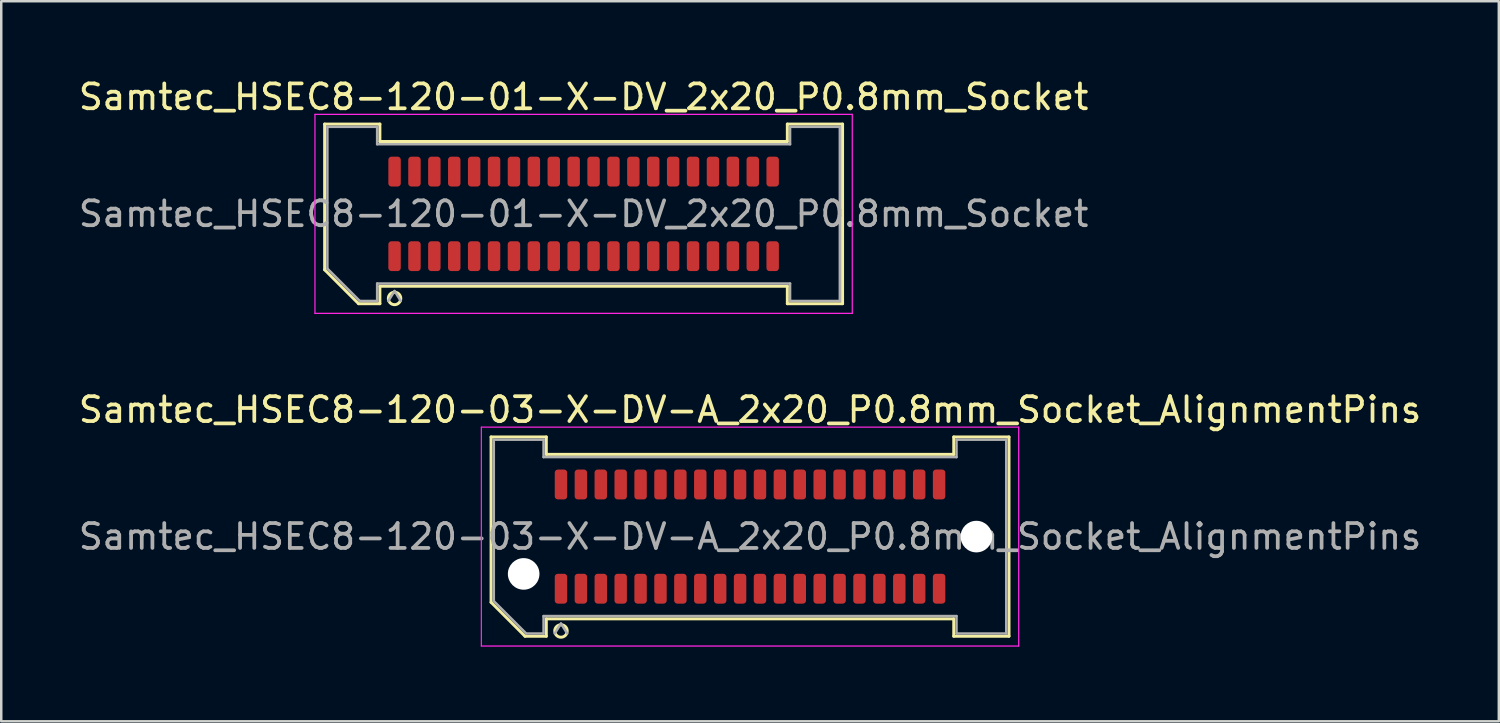
<source format=kicad_pcb>
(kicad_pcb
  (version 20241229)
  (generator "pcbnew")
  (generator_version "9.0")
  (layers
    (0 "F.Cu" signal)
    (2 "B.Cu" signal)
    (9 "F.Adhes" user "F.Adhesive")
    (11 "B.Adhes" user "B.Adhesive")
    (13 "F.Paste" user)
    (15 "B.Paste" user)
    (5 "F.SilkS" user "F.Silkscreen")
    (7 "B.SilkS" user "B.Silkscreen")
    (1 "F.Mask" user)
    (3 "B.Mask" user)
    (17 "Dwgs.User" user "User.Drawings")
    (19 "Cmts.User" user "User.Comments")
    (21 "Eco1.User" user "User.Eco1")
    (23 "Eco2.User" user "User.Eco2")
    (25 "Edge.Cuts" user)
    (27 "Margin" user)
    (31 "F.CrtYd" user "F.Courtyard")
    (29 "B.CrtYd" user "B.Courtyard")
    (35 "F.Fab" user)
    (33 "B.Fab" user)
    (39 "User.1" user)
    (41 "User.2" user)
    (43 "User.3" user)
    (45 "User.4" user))
  (footprint "Samtec_HSEC8-120-01-X-DV_2x20_P0.8mm_Socket"
    (layer "F.Cu")
    (at 20.411 5.548)
    (property "Reference" "Samtec_HSEC8-120-01-X-DV_2x20_P0.8mm_Socket" (at 0 -4.7 0) (layer "F.SilkS") (effects (font (size 1 1) (thickness 0.15))))
    (attr smd)
    (fp_line (start -10.41 -3.61) (end -8.19 -3.61) (stroke (width 0.12) (type solid)) (layer "F.SilkS"))
    (fp_line (start -10.41 2.246) (end -10.41 -3.61) (stroke (width 0.12) (type solid)) (layer "F.SilkS"))
    (fp_line (start -9.046 3.61) (end -10.41 2.246) (stroke (width 0.12) (type solid)) (layer "F.SilkS"))
    (fp_line (start -8.19 -3.61) (end -8.19 -2.91) (stroke (width 0.12) (type solid)) (layer "F.SilkS"))
    (fp_line (start -8.19 -2.91) (end 8.19 -2.91) (stroke (width 0.12) (type solid)) (layer "F.SilkS"))
    (fp_line (start -8.19 2.91) (end -8.19 3.61) (stroke (width 0.12) (type solid)) (layer "F.SilkS"))
    (fp_line (start -8.19 3.61) (end -9.046 3.61) (stroke (width 0.12) (type solid)) (layer "F.SilkS"))
    (fp_line (start 8.19 -3.61) (end 10.41 -3.61) (stroke (width 0.12) (type solid)) (layer "F.SilkS"))
    (fp_line (start 8.19 -2.91) (end 8.19 -3.61) (stroke (width 0.12) (type solid)) (layer "F.SilkS"))
    (fp_line (start 8.19 2.91) (end -8.19 2.91) (stroke (width 0.12) (type solid)) (layer "F.SilkS"))
    (fp_line (start 8.19 3.61) (end 8.19 2.91) (stroke (width 0.12) (type solid)) (layer "F.SilkS"))
    (fp_line (start 10.41 -3.61) (end 10.41 3.61) (stroke (width 0.12) (type solid)) (layer "F.SilkS"))
    (fp_line (start 10.41 3.61) (end 8.19 3.61) (stroke (width 0.12) (type solid)) (layer "F.SilkS"))
    (fp_arc (start -7.35 3.4) (mid -7.85 3.4) (end -7.35 3.4) (stroke (width 0.12) (type solid)) (layer "F.SilkS"))
    (fp_line (start -10.8 -4) (end -10.8 4) (stroke (width 0.05) (type solid)) (layer "F.CrtYd"))
    (fp_line (start -10.8 4) (end 10.8 4) (stroke (width 0.05) (type solid)) (layer "F.CrtYd"))
    (fp_line (start 10.8 -4) (end -10.8 -4) (stroke (width 0.05) (type solid)) (layer "F.CrtYd"))
    (fp_line (start 10.8 4) (end 10.8 -4) (stroke (width 0.05) (type solid)) (layer "F.CrtYd"))
    (fp_line (start -10.3 -3.5) (end -8.3 -3.5) (stroke (width 0.1) (type solid)) (layer "F.Fab"))
    (fp_line (start -10.3 2.2) (end -10.3 -3.5) (stroke (width 0.1) (type solid)) (layer "F.Fab"))
    (fp_line (start -9 3.5) (end -10.3 2.2) (stroke (width 0.1) (type solid)) (layer "F.Fab"))
    (fp_line (start -8.3 -3.5) (end -8.3 -2.8) (stroke (width 0.1) (type solid)) (layer "F.Fab"))
    (fp_line (start -8.3 -2.8) (end 8.3 -2.8) (stroke (width 0.1) (type solid)) (layer "F.Fab"))
    (fp_line (start -8.3 2.8) (end -8.3 3.5) (stroke (width 0.1) (type solid)) (layer "F.Fab"))
    (fp_line (start -8.3 3.5) (end -9 3.5) (stroke (width 0.1) (type solid)) (layer "F.Fab"))
    (fp_line (start -7.6 3.1) (end -7.85 3.5) (stroke (width 0.1) (type solid)) (layer "F.Fab"))
    (fp_line (start -7.6 3.1) (end -7.35 3.5) (stroke (width 0.1) (type solid)) (layer "F.Fab"))
    (fp_line (start 8.3 -3.5) (end 10.3 -3.5) (stroke (width 0.1) (type solid)) (layer "F.Fab"))
    (fp_line (start 8.3 -2.8) (end 8.3 -3.5) (stroke (width 0.1) (type solid)) (layer "F.Fab"))
    (fp_line (start 8.3 2.8) (end -8.3 2.8) (stroke (width 0.1) (type solid)) (layer "F.Fab"))
    (fp_line (start 8.3 3.5) (end 8.3 2.8) (stroke (width 0.1) (type solid)) (layer "F.Fab"))
    (fp_line (start 10.3 -3.5) (end 10.3 3.5) (stroke (width 0.1) (type solid)) (layer "F.Fab"))
    (fp_line (start 10.3 3.5) (end 8.3 3.5) (stroke (width 0.1) (type solid)) (layer "F.Fab"))
    (fp_text user "${REFERENCE}" (at 0 0 0) (layer "F.Fab") (effects (font (size 1 1) (thickness 0.15))))
    (pad "1" smd roundrect (at -7.6 1.7) (size 0.5 1.2) (layers "F.Cu" "F.Mask" "F.Paste") (roundrect_rratio 0.25))
    (pad "2" smd roundrect (at -7.6 -1.7) (size 0.5 1.2) (layers "F.Cu" "F.Mask" "F.Paste") (roundrect_rratio 0.25))
    (pad "3" smd roundrect (at -6.8 1.7) (size 0.5 1.2) (layers "F.Cu" "F.Mask" "F.Paste") (roundrect_rratio 0.25))
    (pad "4" smd roundrect (at -6.8 -1.7) (size 0.5 1.2) (layers "F.Cu" "F.Mask" "F.Paste") (roundrect_rratio 0.25))
    (pad "5" smd roundrect (at -6 1.7) (size 0.5 1.2) (layers "F.Cu" "F.Mask" "F.Paste") (roundrect_rratio 0.25))
    (pad "6" smd roundrect (at -6 -1.7) (size 0.5 1.2) (layers "F.Cu" "F.Mask" "F.Paste") (roundrect_rratio 0.25))
    (pad "7" smd roundrect (at -5.2 1.7) (size 0.5 1.2) (layers "F.Cu" "F.Mask" "F.Paste") (roundrect_rratio 0.25))
    (pad "8" smd roundrect (at -5.2 -1.7) (size 0.5 1.2) (layers "F.Cu" "F.Mask" "F.Paste") (roundrect_rratio 0.25))
    (pad "9" smd roundrect (at -4.4 1.7) (size 0.5 1.2) (layers "F.Cu" "F.Mask" "F.Paste") (roundrect_rratio 0.25))
    (pad "10" smd roundrect (at -4.4 -1.7) (size 0.5 1.2) (layers "F.Cu" "F.Mask" "F.Paste") (roundrect_rratio 0.25))
    (pad "11" smd roundrect (at -3.6 1.7) (size 0.5 1.2) (layers "F.Cu" "F.Mask" "F.Paste") (roundrect_rratio 0.25))
    (pad "12" smd roundrect (at -3.6 -1.7) (size 0.5 1.2) (layers "F.Cu" "F.Mask" "F.Paste") (roundrect_rratio 0.25))
    (pad "13" smd roundrect (at -2.8 1.7) (size 0.5 1.2) (layers "F.Cu" "F.Mask" "F.Paste") (roundrect_rratio 0.25))
    (pad "14" smd roundrect (at -2.8 -1.7) (size 0.5 1.2) (layers "F.Cu" "F.Mask" "F.Paste") (roundrect_rratio 0.25))
    (pad "15" smd roundrect (at -2 1.7) (size 0.5 1.2) (layers "F.Cu" "F.Mask" "F.Paste") (roundrect_rratio 0.25))
    (pad "16" smd roundrect (at -2 -1.7) (size 0.5 1.2) (layers "F.Cu" "F.Mask" "F.Paste") (roundrect_rratio 0.25))
    (pad "17" smd roundrect (at -1.2 1.7) (size 0.5 1.2) (layers "F.Cu" "F.Mask" "F.Paste") (roundrect_rratio 0.25))
    (pad "18" smd roundrect (at -1.2 -1.7) (size 0.5 1.2) (layers "F.Cu" "F.Mask" "F.Paste") (roundrect_rratio 0.25))
    (pad "19" smd roundrect (at -0.4 1.7) (size 0.5 1.2) (layers "F.Cu" "F.Mask" "F.Paste") (roundrect_rratio 0.25))
    (pad "20" smd roundrect (at -0.4 -1.7) (size 0.5 1.2) (layers "F.Cu" "F.Mask" "F.Paste") (roundrect_rratio 0.25))
    (pad "21" smd roundrect (at 0.4 1.7) (size 0.5 1.2) (layers "F.Cu" "F.Mask" "F.Paste") (roundrect_rratio 0.25))
    (pad "22" smd roundrect (at 0.4 -1.7) (size 0.5 1.2) (layers "F.Cu" "F.Mask" "F.Paste") (roundrect_rratio 0.25))
    (pad "23" smd roundrect (at 1.2 1.7) (size 0.5 1.2) (layers "F.Cu" "F.Mask" "F.Paste") (roundrect_rratio 0.25))
    (pad "24" smd roundrect (at 1.2 -1.7) (size 0.5 1.2) (layers "F.Cu" "F.Mask" "F.Paste") (roundrect_rratio 0.25))
    (pad "25" smd roundrect (at 2 1.7) (size 0.5 1.2) (layers "F.Cu" "F.Mask" "F.Paste") (roundrect_rratio 0.25))
    (pad "26" smd roundrect (at 2 -1.7) (size 0.5 1.2) (layers "F.Cu" "F.Mask" "F.Paste") (roundrect_rratio 0.25))
    (pad "27" smd roundrect (at 2.8 1.7) (size 0.5 1.2) (layers "F.Cu" "F.Mask" "F.Paste") (roundrect_rratio 0.25))
    (pad "28" smd roundrect (at 2.8 -1.7) (size 0.5 1.2) (layers "F.Cu" "F.Mask" "F.Paste") (roundrect_rratio 0.25))
    (pad "29" smd roundrect (at 3.6 1.7) (size 0.5 1.2) (layers "F.Cu" "F.Mask" "F.Paste") (roundrect_rratio 0.25))
    (pad "30" smd roundrect (at 3.6 -1.7) (size 0.5 1.2) (layers "F.Cu" "F.Mask" "F.Paste") (roundrect_rratio 0.25))
    (pad "31" smd roundrect (at 4.4 1.7) (size 0.5 1.2) (layers "F.Cu" "F.Mask" "F.Paste") (roundrect_rratio 0.25))
    (pad "32" smd roundrect (at 4.4 -1.7) (size 0.5 1.2) (layers "F.Cu" "F.Mask" "F.Paste") (roundrect_rratio 0.25))
    (pad "33" smd roundrect (at 5.2 1.7) (size 0.5 1.2) (layers "F.Cu" "F.Mask" "F.Paste") (roundrect_rratio 0.25))
    (pad "34" smd roundrect (at 5.2 -1.7) (size 0.5 1.2) (layers "F.Cu" "F.Mask" "F.Paste") (roundrect_rratio 0.25))
    (pad "35" smd roundrect (at 6 1.7) (size 0.5 1.2) (layers "F.Cu" "F.Mask" "F.Paste") (roundrect_rratio 0.25))
    (pad "36" smd roundrect (at 6 -1.7) (size 0.5 1.2) (layers "F.Cu" "F.Mask" "F.Paste") (roundrect_rratio 0.25))
    (pad "37" smd roundrect (at 6.8 1.7) (size 0.5 1.2) (layers "F.Cu" "F.Mask" "F.Paste") (roundrect_rratio 0.25))
    (pad "38" smd roundrect (at 6.8 -1.7) (size 0.5 1.2) (layers "F.Cu" "F.Mask" "F.Paste") (roundrect_rratio 0.25))
    (pad "39" smd roundrect (at 7.6 1.7) (size 0.5 1.2) (layers "F.Cu" "F.Mask" "F.Paste") (roundrect_rratio 0.25))
    (pad "40" smd roundrect (at 7.6 -1.7) (size 0.5 1.2) (layers "F.Cu" "F.Mask" "F.Paste") (roundrect_rratio 0.25)))
  (footprint "Samtec_HSEC8-120-03-X-DV-A_2x20_P0.8mm_Socket_AlignmentPins"
    (layer "F.Cu")
    (at 27.101 18.521)
    (property "Reference" "Samtec_HSEC8-120-03-X-DV-A_2x20_P0.8mm_Socket_AlignmentPins" (at 0 -5.1 0) (layer "F.SilkS") (effects (font (size 1 1) (thickness 0.15))))
    (attr smd)
    (fp_line (start -10.41 -4.005) (end -8.19 -4.005) (stroke (width 0.12) (type solid)) (layer "F.SilkS"))
    (fp_line (start -10.41 2.641) (end -10.41 -4.005) (stroke (width 0.12) (type solid)) (layer "F.SilkS"))
    (fp_line (start -9.046 4.005) (end -10.41 2.641) (stroke (width 0.12) (type solid)) (layer "F.SilkS"))
    (fp_line (start -8.19 -4.005) (end -8.19 -3.305) (stroke (width 0.12) (type solid)) (layer "F.SilkS"))
    (fp_line (start -8.19 -3.305) (end 8.19 -3.305) (stroke (width 0.12) (type solid)) (layer "F.SilkS"))
    (fp_line (start -8.19 3.305) (end -8.19 4.005) (stroke (width 0.12) (type solid)) (layer "F.SilkS"))
    (fp_line (start -8.19 4.005) (end -9.046 4.005) (stroke (width 0.12) (type solid)) (layer "F.SilkS"))
    (fp_line (start 8.19 -4.005) (end 10.41 -4.005) (stroke (width 0.12) (type solid)) (layer "F.SilkS"))
    (fp_line (start 8.19 -3.305) (end 8.19 -4.005) (stroke (width 0.12) (type solid)) (layer "F.SilkS"))
    (fp_line (start 8.19 3.305) (end -8.19 3.305) (stroke (width 0.12) (type solid)) (layer "F.SilkS"))
    (fp_line (start 8.19 4.005) (end 8.19 3.305) (stroke (width 0.12) (type solid)) (layer "F.SilkS"))
    (fp_line (start 10.41 -4.005) (end 10.41 4.005) (stroke (width 0.12) (type solid)) (layer "F.SilkS"))
    (fp_line (start 10.41 4.005) (end 8.19 4.005) (stroke (width 0.12) (type solid)) (layer "F.SilkS"))
    (fp_arc (start -7.35 3.795) (mid -7.85 3.795) (end -7.35 3.795) (stroke (width 0.12) (type solid)) (layer "F.SilkS"))
    (fp_line (start -10.8 -4.4) (end -10.8 4.4) (stroke (width 0.05) (type solid)) (layer "F.CrtYd"))
    (fp_line (start -10.8 4.4) (end 10.8 4.4) (stroke (width 0.05) (type solid)) (layer "F.CrtYd"))
    (fp_line (start 10.8 -4.4) (end -10.8 -4.4) (stroke (width 0.05) (type solid)) (layer "F.CrtYd"))
    (fp_line (start 10.8 4.4) (end 10.8 -4.4) (stroke (width 0.05) (type solid)) (layer "F.CrtYd"))
    (fp_line (start -10.3 -3.895) (end -8.3 -3.895) (stroke (width 0.1) (type solid)) (layer "F.Fab"))
    (fp_line (start -10.3 2.595) (end -10.3 -3.895) (stroke (width 0.1) (type solid)) (layer "F.Fab"))
    (fp_line (start -9 3.895) (end -10.3 2.595) (stroke (width 0.1) (type solid)) (layer "F.Fab"))
    (fp_line (start -8.3 -3.895) (end -8.3 -3.195) (stroke (width 0.1) (type solid)) (layer "F.Fab"))
    (fp_line (start -8.3 -3.195) (end 8.3 -3.195) (stroke (width 0.1) (type solid)) (layer "F.Fab"))
    (fp_line (start -8.3 3.195) (end -8.3 3.895) (stroke (width 0.1) (type solid)) (layer "F.Fab"))
    (fp_line (start -8.3 3.895) (end -9 3.895) (stroke (width 0.1) (type solid)) (layer "F.Fab"))
    (fp_line (start -7.6 3.495) (end -7.85 3.895) (stroke (width 0.1) (type solid)) (layer "F.Fab"))
    (fp_line (start -7.6 3.495) (end -7.35 3.895) (stroke (width 0.1) (type solid)) (layer "F.Fab"))
    (fp_line (start 8.3 -3.895) (end 10.3 -3.895) (stroke (width 0.1) (type solid)) (layer "F.Fab"))
    (fp_line (start 8.3 -3.195) (end 8.3 -3.895) (stroke (width 0.1) (type solid)) (layer "F.Fab"))
    (fp_line (start 8.3 3.195) (end -8.3 3.195) (stroke (width 0.1) (type solid)) (layer "F.Fab"))
    (fp_line (start 8.3 3.895) (end 8.3 3.195) (stroke (width 0.1) (type solid)) (layer "F.Fab"))
    (fp_line (start 10.3 -3.895) (end 10.3 3.895) (stroke (width 0.1) (type solid)) (layer "F.Fab"))
    (fp_line (start 10.3 3.895) (end 8.3 3.895) (stroke (width 0.1) (type solid)) (layer "F.Fab"))
    (fp_text user "${REFERENCE}" (at 0 0 0) (layer "F.Fab") (effects (font (size 1 1) (thickness 0.15))))
    (pad "" np_thru_hole circle (at -9.1 1.5) (size 1.27 1.27) (drill 1.27) (layers "*.Cu" "*.Mask"))
    (pad "" np_thru_hole circle (at 9.1 0) (size 1.27 1.27) (drill 1.27) (layers "*.Cu" "*.Mask"))
    (pad "1" smd roundrect (at -7.6 2.095) (size 0.5 1.2) (layers "F.Cu" "F.Mask" "F.Paste") (roundrect_rratio 0.25))
    (pad "2" smd roundrect (at -7.6 -2.095) (size 0.5 1.2) (layers "F.Cu" "F.Mask" "F.Paste") (roundrect_rratio 0.25))
    (pad "3" smd roundrect (at -6.8 2.095) (size 0.5 1.2) (layers "F.Cu" "F.Mask" "F.Paste") (roundrect_rratio 0.25))
    (pad "4" smd roundrect (at -6.8 -2.095) (size 0.5 1.2) (layers "F.Cu" "F.Mask" "F.Paste") (roundrect_rratio 0.25))
    (pad "5" smd roundrect (at -6 2.095) (size 0.5 1.2) (layers "F.Cu" "F.Mask" "F.Paste") (roundrect_rratio 0.25))
    (pad "6" smd roundrect (at -6 -2.095) (size 0.5 1.2) (layers "F.Cu" "F.Mask" "F.Paste") (roundrect_rratio 0.25))
    (pad "7" smd roundrect (at -5.2 2.095) (size 0.5 1.2) (layers "F.Cu" "F.Mask" "F.Paste") (roundrect_rratio 0.25))
    (pad "8" smd roundrect (at -5.2 -2.095) (size 0.5 1.2) (layers "F.Cu" "F.Mask" "F.Paste") (roundrect_rratio 0.25))
    (pad "9" smd roundrect (at -4.4 2.095) (size 0.5 1.2) (layers "F.Cu" "F.Mask" "F.Paste") (roundrect_rratio 0.25))
    (pad "10" smd roundrect (at -4.4 -2.095) (size 0.5 1.2) (layers "F.Cu" "F.Mask" "F.Paste") (roundrect_rratio 0.25))
    (pad "11" smd roundrect (at -3.6 2.095) (size 0.5 1.2) (layers "F.Cu" "F.Mask" "F.Paste") (roundrect_rratio 0.25))
    (pad "12" smd roundrect (at -3.6 -2.095) (size 0.5 1.2) (layers "F.Cu" "F.Mask" "F.Paste") (roundrect_rratio 0.25))
    (pad "13" smd roundrect (at -2.8 2.095) (size 0.5 1.2) (layers "F.Cu" "F.Mask" "F.Paste") (roundrect_rratio 0.25))
    (pad "14" smd roundrect (at -2.8 -2.095) (size 0.5 1.2) (layers "F.Cu" "F.Mask" "F.Paste") (roundrect_rratio 0.25))
    (pad "15" smd roundrect (at -2 2.095) (size 0.5 1.2) (layers "F.Cu" "F.Mask" "F.Paste") (roundrect_rratio 0.25))
    (pad "16" smd roundrect (at -2 -2.095) (size 0.5 1.2) (layers "F.Cu" "F.Mask" "F.Paste") (roundrect_rratio 0.25))
    (pad "17" smd roundrect (at -1.2 2.095) (size 0.5 1.2) (layers "F.Cu" "F.Mask" "F.Paste") (roundrect_rratio 0.25))
    (pad "18" smd roundrect (at -1.2 -2.095) (size 0.5 1.2) (layers "F.Cu" "F.Mask" "F.Paste") (roundrect_rratio 0.25))
    (pad "19" smd roundrect (at -0.4 2.095) (size 0.5 1.2) (layers "F.Cu" "F.Mask" "F.Paste") (roundrect_rratio 0.25))
    (pad "20" smd roundrect (at -0.4 -2.095) (size 0.5 1.2) (layers "F.Cu" "F.Mask" "F.Paste") (roundrect_rratio 0.25))
    (pad "21" smd roundrect (at 0.4 2.095) (size 0.5 1.2) (layers "F.Cu" "F.Mask" "F.Paste") (roundrect_rratio 0.25))
    (pad "22" smd roundrect (at 0.4 -2.095) (size 0.5 1.2) (layers "F.Cu" "F.Mask" "F.Paste") (roundrect_rratio 0.25))
    (pad "23" smd roundrect (at 1.2 2.095) (size 0.5 1.2) (layers "F.Cu" "F.Mask" "F.Paste") (roundrect_rratio 0.25))
    (pad "24" smd roundrect (at 1.2 -2.095) (size 0.5 1.2) (layers "F.Cu" "F.Mask" "F.Paste") (roundrect_rratio 0.25))
    (pad "25" smd roundrect (at 2 2.095) (size 0.5 1.2) (layers "F.Cu" "F.Mask" "F.Paste") (roundrect_rratio 0.25))
    (pad "26" smd roundrect (at 2 -2.095) (size 0.5 1.2) (layers "F.Cu" "F.Mask" "F.Paste") (roundrect_rratio 0.25))
    (pad "27" smd roundrect (at 2.8 2.095) (size 0.5 1.2) (layers "F.Cu" "F.Mask" "F.Paste") (roundrect_rratio 0.25))
    (pad "28" smd roundrect (at 2.8 -2.095) (size 0.5 1.2) (layers "F.Cu" "F.Mask" "F.Paste") (roundrect_rratio 0.25))
    (pad "29" smd roundrect (at 3.6 2.095) (size 0.5 1.2) (layers "F.Cu" "F.Mask" "F.Paste") (roundrect_rratio 0.25))
    (pad "30" smd roundrect (at 3.6 -2.095) (size 0.5 1.2) (layers "F.Cu" "F.Mask" "F.Paste") (roundrect_rratio 0.25))
    (pad "31" smd roundrect (at 4.4 2.095) (size 0.5 1.2) (layers "F.Cu" "F.Mask" "F.Paste") (roundrect_rratio 0.25))
    (pad "32" smd roundrect (at 4.4 -2.095) (size 0.5 1.2) (layers "F.Cu" "F.Mask" "F.Paste") (roundrect_rratio 0.25))
    (pad "33" smd roundrect (at 5.2 2.095) (size 0.5 1.2) (layers "F.Cu" "F.Mask" "F.Paste") (roundrect_rratio 0.25))
    (pad "34" smd roundrect (at 5.2 -2.095) (size 0.5 1.2) (layers "F.Cu" "F.Mask" "F.Paste") (roundrect_rratio 0.25))
    (pad "35" smd roundrect (at 6 2.095) (size 0.5 1.2) (layers "F.Cu" "F.Mask" "F.Paste") (roundrect_rratio 0.25))
    (pad "36" smd roundrect (at 6 -2.095) (size 0.5 1.2) (layers "F.Cu" "F.Mask" "F.Paste") (roundrect_rratio 0.25))
    (pad "37" smd roundrect (at 6.8 2.095) (size 0.5 1.2) (layers "F.Cu" "F.Mask" "F.Paste") (roundrect_rratio 0.25))
    (pad "38" smd roundrect (at 6.8 -2.095) (size 0.5 1.2) (layers "F.Cu" "F.Mask" "F.Paste") (roundrect_rratio 0.25))
    (pad "39" smd roundrect (at 7.6 2.095) (size 0.5 1.2) (layers "F.Cu" "F.Mask" "F.Paste") (roundrect_rratio 0.25))
    (pad "40" smd roundrect (at 7.6 -2.095) (size 0.5 1.2) (layers "F.Cu" "F.Mask" "F.Paste") (roundrect_rratio 0.25)))
  (gr_rect
    (start -3 -3)
    (end 57.202 25.947)
    (stroke (width 0.1) (type default))
    (fill no)
    (layer "Edge.Cuts")))
</source>
